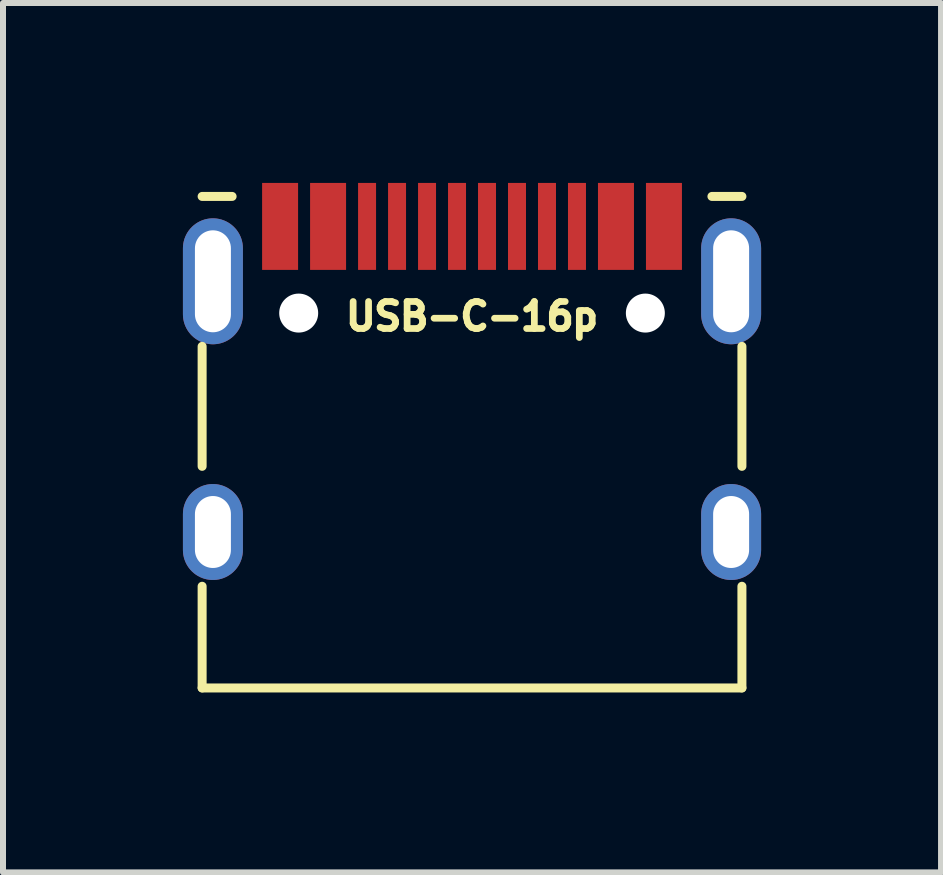
<source format=kicad_pcb>
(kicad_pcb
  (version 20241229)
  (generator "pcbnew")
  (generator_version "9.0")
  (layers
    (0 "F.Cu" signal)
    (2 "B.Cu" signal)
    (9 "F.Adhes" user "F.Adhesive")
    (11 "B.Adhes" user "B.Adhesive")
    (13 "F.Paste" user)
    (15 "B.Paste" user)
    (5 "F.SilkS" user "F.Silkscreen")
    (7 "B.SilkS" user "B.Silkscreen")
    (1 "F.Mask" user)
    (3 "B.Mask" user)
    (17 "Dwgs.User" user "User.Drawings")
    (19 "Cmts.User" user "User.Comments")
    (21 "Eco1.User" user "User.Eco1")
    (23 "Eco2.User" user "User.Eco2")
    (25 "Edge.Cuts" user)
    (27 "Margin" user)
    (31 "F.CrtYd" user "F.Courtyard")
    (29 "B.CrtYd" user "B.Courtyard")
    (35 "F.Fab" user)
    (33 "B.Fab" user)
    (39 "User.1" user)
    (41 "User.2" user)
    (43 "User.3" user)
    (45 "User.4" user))
  (footprint "USB-C-16p"
    (layer "F.Cu")
    (at 4.82 0.725)
    (property "Reference" "USB-C-16p" (at 0 1.5 0) (layer "F.SilkS") (effects (font (size 0.45 0.45) (thickness 0.113))))
    (attr through_hole)
    (fp_line (start -4.5 -0.5) (end -4 -0.5) (stroke (width 0.15) (type solid)) (layer "F.SilkS"))
    (fp_line (start -4.5 2) (end -4.5 4) (stroke (width 0.15) (type solid)) (layer "F.SilkS"))
    (fp_line (start -4.5 7.695) (end -4.5 6) (stroke (width 0.15) (type solid)) (layer "F.SilkS"))
    (fp_line (start 4 -0.5) (end 4.5 -0.5) (stroke (width 0.15) (type solid)) (layer "F.SilkS"))
    (fp_line (start 4.5 4) (end 4.5 2) (stroke (width 0.15) (type solid)) (layer "F.SilkS"))
    (fp_line (start 4.5 6) (end 4.5 7.695) (stroke (width 0.15) (type solid)) (layer "F.SilkS"))
    (fp_line (start 4.5 7.695) (end -4.5 7.695) (stroke (width 0.15) (type solid)) (layer "F.SilkS"))
    (pad "" np_thru_hole circle (at -2.89 1.445) (size 0.65 0.65) (drill 0.65) (layers "*.Cu" "*.Mask"))
    (pad "" np_thru_hole circle (at 2.89 1.445) (size 0.65 0.65) (drill 0.65) (layers "*.Cu" "*.Mask"))
    (pad "A1" smd rect (at -3.2 0) (size 0.6 1.45) (layers "F.Cu" "F.Mask" "F.Paste"))
    (pad "A4" smd rect (at -2.4 0) (size 0.6 1.45) (layers "F.Cu" "F.Mask" "F.Paste"))
    (pad "A5" smd rect (at -1.25 0) (size 0.3 1.45) (layers "F.Cu" "F.Mask" "F.Paste"))
    (pad "A6" smd rect (at -0.25 0) (size 0.3 1.45) (layers "F.Cu" "F.Mask" "F.Paste"))
    (pad "A7" smd rect (at 0.25 0) (size 0.3 1.45) (layers "F.Cu" "F.Mask" "F.Paste"))
    (pad "A8" smd rect (at 1.25 0) (size 0.3 1.45) (layers "F.Cu" "F.Mask" "F.Paste"))
    (pad "B1" smd rect (at 3.2 0) (size 0.6 1.45) (layers "F.Cu" "F.Mask" "F.Paste"))
    (pad "B4" smd rect (at 2.4 0) (size 0.6 1.45) (layers "F.Cu" "F.Mask" "F.Paste"))
    (pad "B5" smd rect (at 1.75 0) (size 0.3 1.45) (layers "F.Cu" "F.Mask" "F.Paste"))
    (pad "B6" smd rect (at 0.75 0) (size 0.3 1.45) (layers "F.Cu" "F.Mask" "F.Paste"))
    (pad "B7" smd rect (at -0.75 0) (size 0.3 1.45) (layers "F.Cu" "F.Mask" "F.Paste"))
    (pad "B8" smd rect (at -1.75 0) (size 0.3 1.45) (layers "F.Cu" "F.Mask" "F.Paste"))
    (pad "S1" thru_hole oval (at -4.32 0.915) (size 1 2.1) (drill oval 0.6 1.7) (layers "*.Cu" "*.Mask"))
    (pad "S1" thru_hole oval (at -4.32 5.095) (size 1 1.6) (drill oval 0.6 1.2) (layers "*.Cu" "*.Mask"))
    (pad "S1" thru_hole oval (at 4.32 0.915) (size 1 2.1) (drill oval 0.6 1.7) (layers "*.Cu" "*.Mask"))
    (pad "S1" thru_hole oval (at 4.32 5.095) (size 1 1.6) (drill oval 0.6 1.2) (layers "*.Cu" "*.Mask")))
  (gr_rect
    (start -3 -3)
    (end 12.64 11.495)
    (stroke (width 0.1) (type default))
    (fill no)
    (layer "Edge.Cuts")))
</source>
